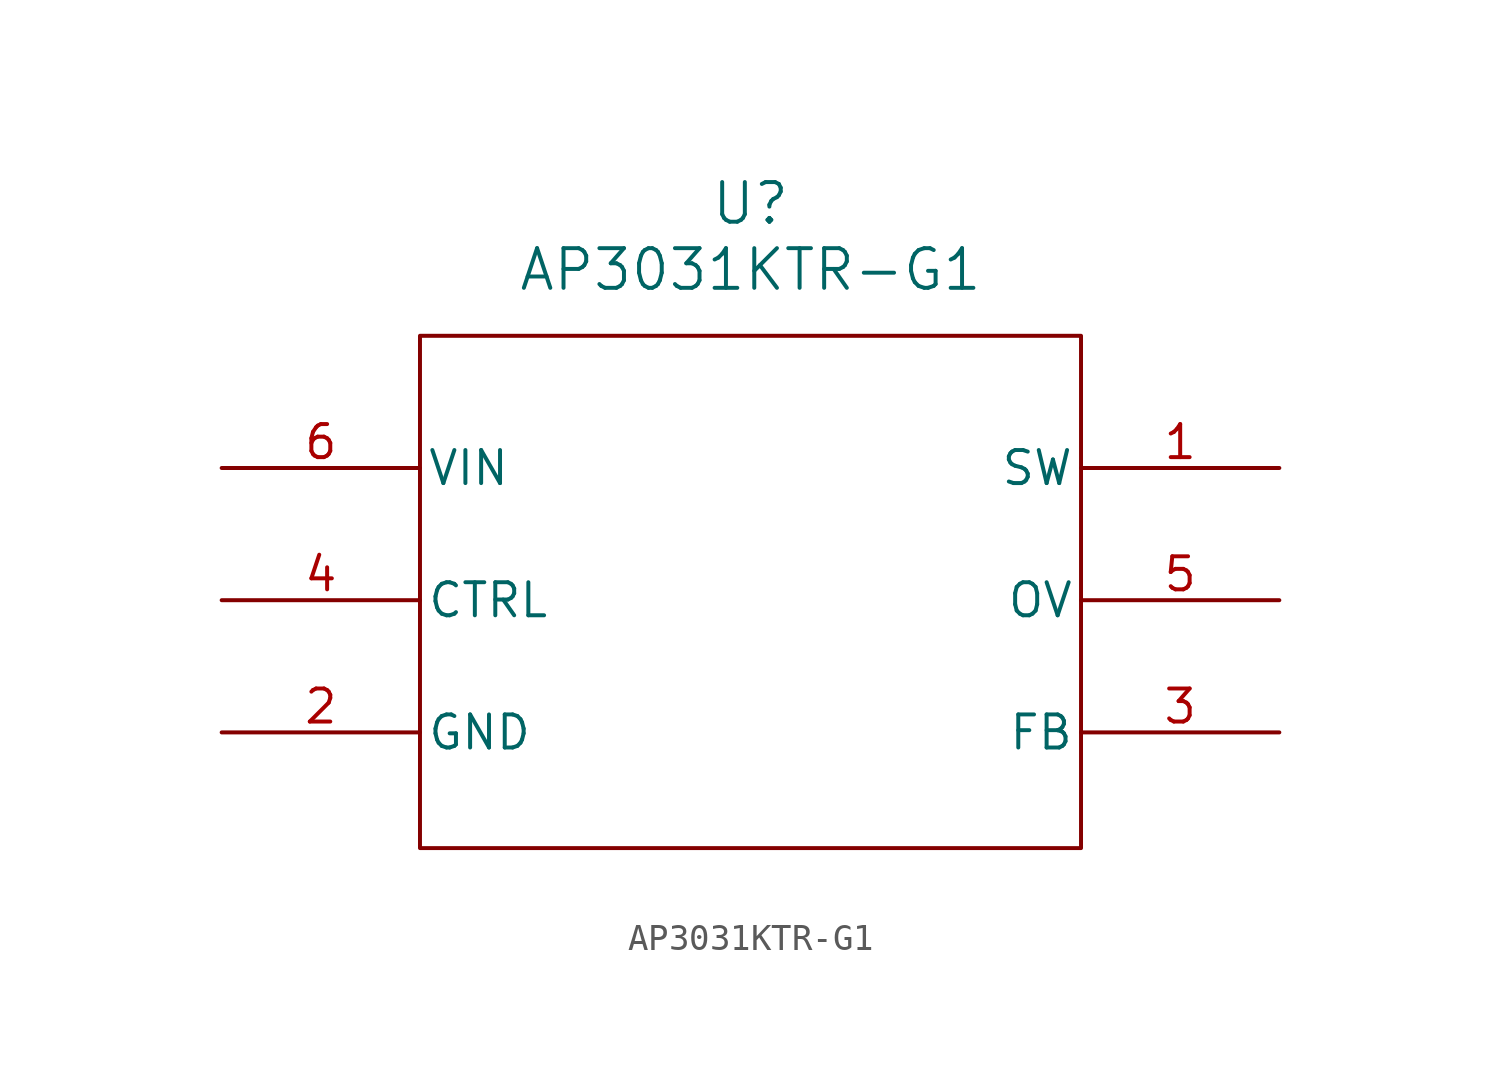
<source format=kicad_sym>
(kicad_symbol_lib
  (version 20241209)
  (generator "kicad_symbol_editor")
  (generator_version "9.0")
  (symbol "AP3031KTR-G1"
    (pin_names
      (offset 0.254))
    (property "Reference" "U"
      (at 20.32 10.16 0)
      (effects (font (size 1.524 1.524))))
    (property "Value" "AP3031KTR-G1"
      (at 20.32 7.62 0)
      (effects (font (size 1.524 1.524))))
    (property "ki_locked" ""
      (at 0 0 0)
      (effects (font (size 1.27 1.27))))
    (symbol "AP3031KTR-G1_0_1"
      (rectangle (start 7.62 5.08) (end 33.02 -14.605) (stroke (width 0) (type default)) (fill (type none)))
      (pin input line (at 0 0 0) (length 7.62) (name "VIN" (effects (font (size 1.27 1.27)))) (number "6" (effects (font (size 1.27 1.27)))))
      (pin unspecified line (at 0 -5.08 0) (length 7.62) (name "CTRL" (effects (font (size 1.27 1.27)))) (number "4" (effects (font (size 1.27 1.27)))))
      (pin power_in line (at 0 -10.16 0) (length 7.62) (name "GND" (effects (font (size 1.27 1.27)))) (number "2" (effects (font (size 1.27 1.27)))))
      (pin output line (at 40.64 0 180) (length 7.62) (name "SW" (effects (font (size 1.27 1.27)))) (number "1" (effects (font (size 1.27 1.27)))))
      (pin unspecified line (at 40.64 -5.08 180) (length 7.62) (name "OV" (effects (font (size 1.27 1.27)))) (number "5" (effects (font (size 1.27 1.27)))))
      (pin output line (at 40.64 -10.16 180) (length 7.62) (name "FB" (effects (font (size 1.27 1.27)))) (number "3" (effects (font (size 1.27 1.27))))))))
</source>
